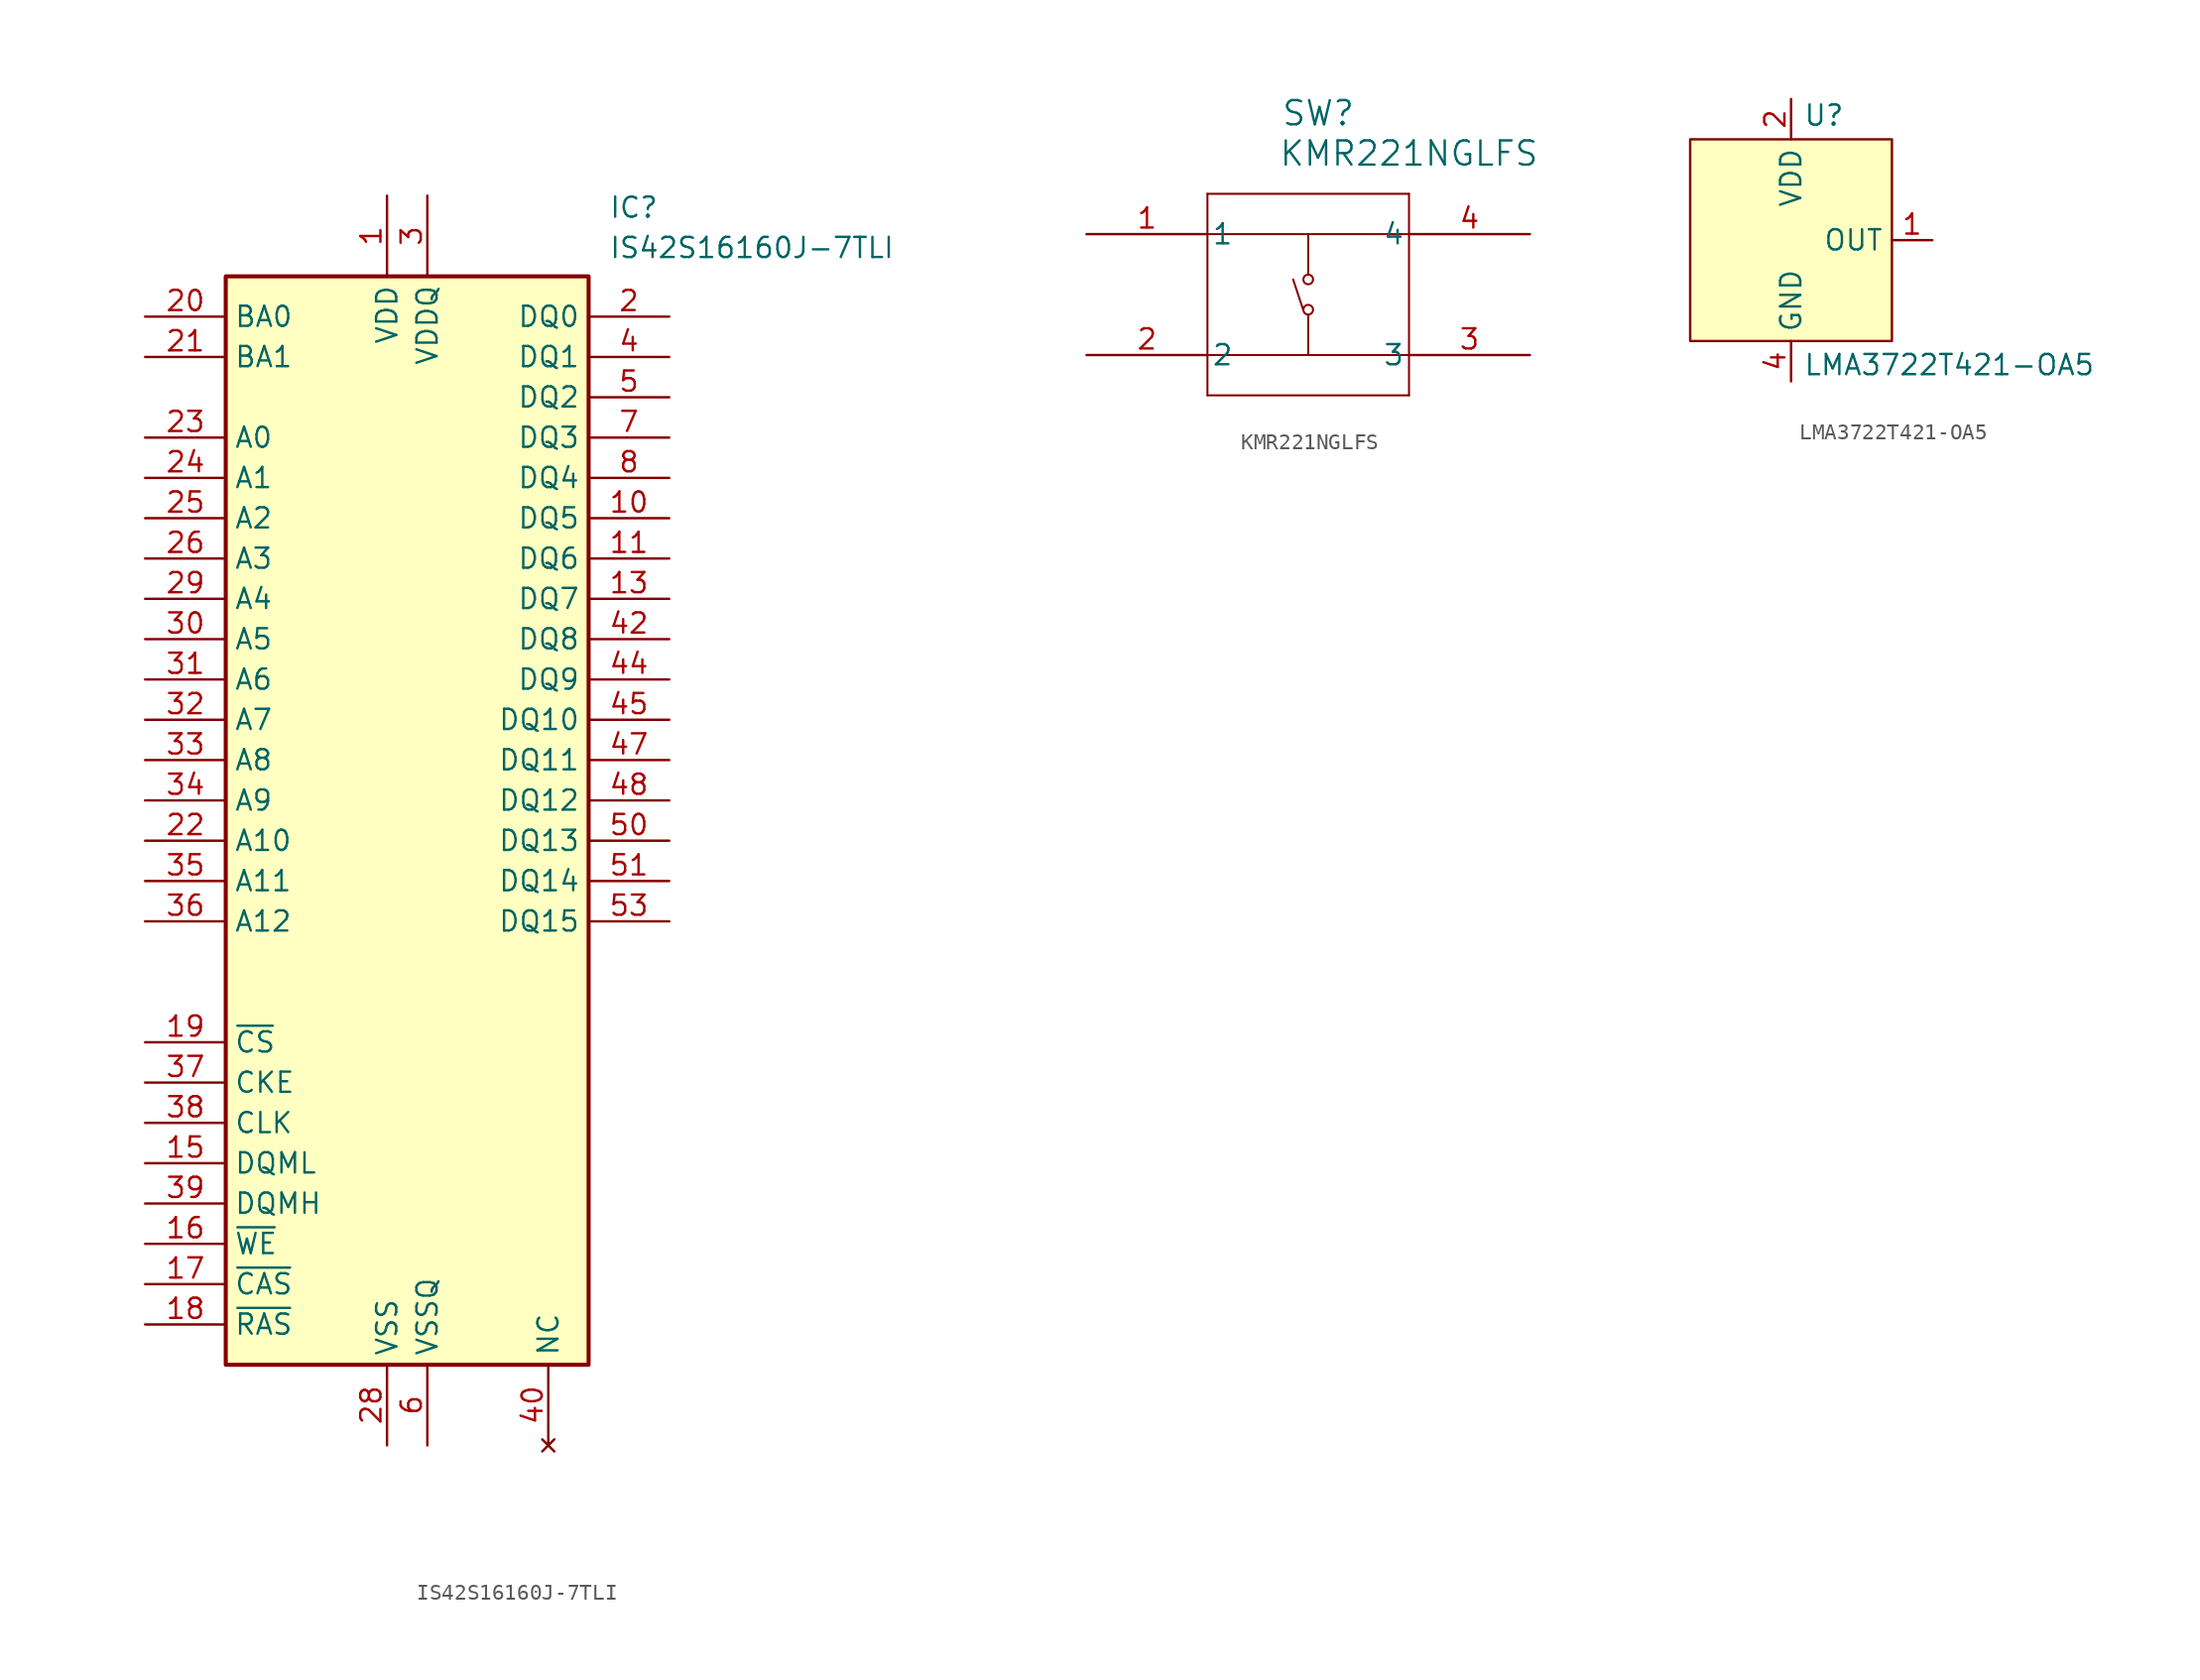
<source format=kicad_sym>
(kicad_symbol_lib
  (version 20241209)
  (generator "kicad_symbol_editor")
  (generator_version "9.0")
  (symbol "IS42S16160J-7TLI"
    (property "Reference" "IC"
      (at 12.7 39.37 0)
      (effects (font (size 1.27 1.27)) (justify left top)))
    (property "Value" "IS42S16160J-7TLI"
      (at 12.7 36.83 0)
      (effects (font (size 1.27 1.27)) (justify left top)))
    (symbol "IS42S16160J-7TLI_1_1"
      (rectangle (start -11.43 34.29) (end 11.43 -34.29) (stroke (width 0.254) (type default)) (fill (type background)))
      (pin passive line (at -16.51 31.75 0) (length 5.08) (name "BA0" (effects (font (size 1.27 1.27)))) (number "20" (effects (font (size 1.27 1.27)))))
      (pin passive line (at -16.51 29.21 0) (length 5.08) (name "BA1" (effects (font (size 1.27 1.27)))) (number "21" (effects (font (size 1.27 1.27)))))
      (pin passive line (at -16.51 24.13 0) (length 5.08) (name "A0" (effects (font (size 1.27 1.27)))) (number "23" (effects (font (size 1.27 1.27)))))
      (pin passive line (at -16.51 21.59 0) (length 5.08) (name "A1" (effects (font (size 1.27 1.27)))) (number "24" (effects (font (size 1.27 1.27)))))
      (pin passive line (at -16.51 19.05 0) (length 5.08) (name "A2" (effects (font (size 1.27 1.27)))) (number "25" (effects (font (size 1.27 1.27)))))
      (pin passive line (at -16.51 16.51 0) (length 5.08) (name "A3" (effects (font (size 1.27 1.27)))) (number "26" (effects (font (size 1.27 1.27)))))
      (pin passive line (at -16.51 13.97 0) (length 5.08) (name "A4" (effects (font (size 1.27 1.27)))) (number "29" (effects (font (size 1.27 1.27)))))
      (pin passive line (at -16.51 11.43 0) (length 5.08) (name "A5" (effects (font (size 1.27 1.27)))) (number "30" (effects (font (size 1.27 1.27)))))
      (pin passive line (at -16.51 8.89 0) (length 5.08) (name "A6" (effects (font (size 1.27 1.27)))) (number "31" (effects (font (size 1.27 1.27)))))
      (pin passive line (at -16.51 6.35 0) (length 5.08) (name "A7" (effects (font (size 1.27 1.27)))) (number "32" (effects (font (size 1.27 1.27)))))
      (pin passive line (at -16.51 3.81 0) (length 5.08) (name "A8" (effects (font (size 1.27 1.27)))) (number "33" (effects (font (size 1.27 1.27)))))
      (pin passive line (at -16.51 1.27 0) (length 5.08) (name "A9" (effects (font (size 1.27 1.27)))) (number "34" (effects (font (size 1.27 1.27)))))
      (pin passive line (at -16.51 -1.27 0) (length 5.08) (name "A10" (effects (font (size 1.27 1.27)))) (number "22" (effects (font (size 1.27 1.27)))))
      (pin passive line (at -16.51 -3.81 0) (length 5.08) (name "A11" (effects (font (size 1.27 1.27)))) (number "35" (effects (font (size 1.27 1.27)))))
      (pin passive line (at -16.51 -6.35 0) (length 5.08) (name "A12" (effects (font (size 1.27 1.27)))) (number "36" (effects (font (size 1.27 1.27)))))
      (pin passive line (at -16.51 -13.97 0) (length 5.08) (name "~{CS}" (effects (font (size 1.27 1.27)))) (number "19" (effects (font (size 1.27 1.27)))))
      (pin passive line (at -16.51 -16.51 0) (length 5.08) (name "CKE" (effects (font (size 1.27 1.27)))) (number "37" (effects (font (size 1.27 1.27)))))
      (pin passive line (at -16.51 -19.05 0) (length 5.08) (name "CLK" (effects (font (size 1.27 1.27)))) (number "38" (effects (font (size 1.27 1.27)))))
      (pin passive line (at -16.51 -21.59 0) (length 5.08) (name "DQML" (effects (font (size 1.27 1.27)))) (number "15" (effects (font (size 1.27 1.27)))))
      (pin passive line (at -16.51 -24.13 0) (length 5.08) (name "DQMH" (effects (font (size 1.27 1.27)))) (number "39" (effects (font (size 1.27 1.27)))))
      (pin passive line (at -16.51 -26.67 0) (length 5.08) (name "~{WE}" (effects (font (size 1.27 1.27)))) (number "16" (effects (font (size 1.27 1.27)))))
      (pin passive line (at -16.51 -29.21 0) (length 5.08) (name "~{CAS}" (effects (font (size 1.27 1.27)))) (number "17" (effects (font (size 1.27 1.27)))))
      (pin passive line (at -16.51 -31.75 0) (length 5.08) (name "~{RAS}" (effects (font (size 1.27 1.27)))) (number "18" (effects (font (size 1.27 1.27)))))
      (pin passive line (at -1.27 39.37 270) (length 5.08) (name "VDD" (effects (font (size 1.27 1.27)))) (number "1" (effects (font (size 1.27 1.27)))))
      (pin passive line (at -1.27 39.37 270) (length 5.08) (hide yes) (name "VDD" (effects (font (size 1.27 1.27)))) (number "14" (effects (font (size 1.27 1.27)))))
      (pin passive line (at -1.27 39.37 270) (length 5.08) (hide yes) (name "VDD" (effects (font (size 1.27 1.27)))) (number "27" (effects (font (size 1.27 1.27)))))
      (pin passive line (at -1.27 -39.37 90) (length 5.08) (name "VSS" (effects (font (size 1.27 1.27)))) (number "28" (effects (font (size 1.27 1.27)))))
      (pin passive line (at -1.27 -39.37 90) (length 5.08) (hide yes) (name "VSS" (effects (font (size 1.27 1.27)))) (number "41" (effects (font (size 1.27 1.27)))))
      (pin passive line (at -1.27 -39.37 90) (length 5.08) (hide yes) (name "VSS" (effects (font (size 1.27 1.27)))) (number "54" (effects (font (size 1.27 1.27)))))
      (pin passive line (at 1.27 39.37 270) (length 5.08) (name "VDDQ" (effects (font (size 1.27 1.27)))) (number "3" (effects (font (size 1.27 1.27)))))
      (pin passive line (at 1.27 39.37 270) (length 5.08) (hide yes) (name "VDDQ" (effects (font (size 1.27 1.27)))) (number "43" (effects (font (size 1.27 1.27)))))
      (pin passive line (at 1.27 39.37 270) (length 5.08) (hide yes) (name "VDDQ" (effects (font (size 1.27 1.27)))) (number "49" (effects (font (size 1.27 1.27)))))
      (pin passive line (at 1.27 39.37 270) (length 5.08) (hide yes) (name "VDDQ" (effects (font (size 1.27 1.27)))) (number "9" (effects (font (size 1.27 1.27)))))
      (pin passive line (at 1.27 -39.37 90) (length 5.08) (hide yes) (name "VSSQ" (effects (font (size 1.27 1.27)))) (number "12" (effects (font (size 1.27 1.27)))))
      (pin passive line (at 1.27 -39.37 90) (length 5.08) (hide yes) (name "VSSQ" (effects (font (size 1.27 1.27)))) (number "46" (effects (font (size 1.27 1.27)))))
      (pin passive line (at 1.27 -39.37 90) (length 5.08) (hide yes) (name "VSSQ" (effects (font (size 1.27 1.27)))) (number "52" (effects (font (size 1.27 1.27)))))
      (pin passive line (at 1.27 -39.37 90) (length 5.08) (name "VSSQ" (effects (font (size 1.27 1.27)))) (number "6" (effects (font (size 1.27 1.27)))))
      (pin no_connect line (at 8.89 -39.37 90) (length 5.08) (name "NC" (effects (font (size 1.27 1.27)))) (number "40" (effects (font (size 1.27 1.27)))))
      (pin passive line (at 16.51 31.75 180) (length 5.08) (name "DQ0" (effects (font (size 1.27 1.27)))) (number "2" (effects (font (size 1.27 1.27)))))
      (pin passive line (at 16.51 29.21 180) (length 5.08) (name "DQ1" (effects (font (size 1.27 1.27)))) (number "4" (effects (font (size 1.27 1.27)))))
      (pin passive line (at 16.51 26.67 180) (length 5.08) (name "DQ2" (effects (font (size 1.27 1.27)))) (number "5" (effects (font (size 1.27 1.27)))))
      (pin passive line (at 16.51 24.13 180) (length 5.08) (name "DQ3" (effects (font (size 1.27 1.27)))) (number "7" (effects (font (size 1.27 1.27)))))
      (pin passive line (at 16.51 21.59 180) (length 5.08) (name "DQ4" (effects (font (size 1.27 1.27)))) (number "8" (effects (font (size 1.27 1.27)))))
      (pin passive line (at 16.51 19.05 180) (length 5.08) (name "DQ5" (effects (font (size 1.27 1.27)))) (number "10" (effects (font (size 1.27 1.27)))))
      (pin passive line (at 16.51 16.51 180) (length 5.08) (name "DQ6" (effects (font (size 1.27 1.27)))) (number "11" (effects (font (size 1.27 1.27)))))
      (pin passive line (at 16.51 13.97 180) (length 5.08) (name "DQ7" (effects (font (size 1.27 1.27)))) (number "13" (effects (font (size 1.27 1.27)))))
      (pin passive line (at 16.51 11.43 180) (length 5.08) (name "DQ8" (effects (font (size 1.27 1.27)))) (number "42" (effects (font (size 1.27 1.27)))))
      (pin passive line (at 16.51 8.89 180) (length 5.08) (name "DQ9" (effects (font (size 1.27 1.27)))) (number "44" (effects (font (size 1.27 1.27)))))
      (pin passive line (at 16.51 6.35 180) (length 5.08) (name "DQ10" (effects (font (size 1.27 1.27)))) (number "45" (effects (font (size 1.27 1.27)))))
      (pin passive line (at 16.51 3.81 180) (length 5.08) (name "DQ11" (effects (font (size 1.27 1.27)))) (number "47" (effects (font (size 1.27 1.27)))))
      (pin passive line (at 16.51 1.27 180) (length 5.08) (name "DQ12" (effects (font (size 1.27 1.27)))) (number "48" (effects (font (size 1.27 1.27)))))
      (pin passive line (at 16.51 -1.27 180) (length 5.08) (name "DQ13" (effects (font (size 1.27 1.27)))) (number "50" (effects (font (size 1.27 1.27)))))
      (pin passive line (at 16.51 -3.81 180) (length 5.08) (name "DQ14" (effects (font (size 1.27 1.27)))) (number "51" (effects (font (size 1.27 1.27)))))
      (pin passive line (at 16.51 -6.35 180) (length 5.08) (name "DQ15" (effects (font (size 1.27 1.27)))) (number "53" (effects (font (size 1.27 1.27)))))))
  (symbol "KMR221NGLFS"
    (pin_names
      (offset 0.254))
    (property "Reference" "SW"
      (at 14.605 7.62 0)
      (effects (font (size 1.524 1.524))))
    (property "Value" "KMR221NGLFS"
      (at 20.32 5.08 0)
      (effects (font (size 1.524 1.524))))
    (symbol "KMR221NGLFS_0_1"
      (polyline (pts (xy 7.62 2.54) (xy 7.62 -10.16)) (stroke (width 0.127) (type default)) (fill (type none)))
      (polyline (pts (xy 7.62 0) (xy 20.32 0)) (stroke (width 0.127) (type default)) (fill (type none)))
      (polyline (pts (xy 7.62 -7.62) (xy 20.32 -7.62)) (stroke (width 0.127) (type default)) (fill (type none)))
      (polyline (pts (xy 7.62 -10.16) (xy 20.32 -10.16)) (stroke (width 0.127) (type default)) (fill (type none)))
      (polyline (pts (xy 13.652 -4.763) (xy 13.018 -2.857)) (stroke (width 0.127) (type default)) (fill (type none)))
      (polyline (pts (xy 13.97 0) (xy 13.97 -2.54)) (stroke (width 0.127) (type default)) (fill (type none)))
      (circle (center 13.97 -2.857) (radius 0.305) (stroke (width 0.127) (type default)) (fill (type none)))
      (circle (center 13.97 -4.763) (radius 0.305) (stroke (width 0.127) (type default)) (fill (type none)))
      (polyline (pts (xy 13.97 -7.62) (xy 13.97 -5.08)) (stroke (width 0.127) (type default)) (fill (type none)))
      (polyline (pts (xy 20.32 2.54) (xy 7.62 2.54)) (stroke (width 0.127) (type default)) (fill (type none)))
      (polyline (pts (xy 20.32 -10.16) (xy 20.32 2.54)) (stroke (width 0.127) (type default)) (fill (type none)))
      (pin unspecified line (at 0 0 0) (length 7.62) (name "1" (effects (font (size 1.27 1.27)))) (number "1" (effects (font (size 1.27 1.27)))))
      (pin unspecified line (at 0 -7.62 0) (length 7.62) (name "2" (effects (font (size 1.27 1.27)))) (number "2" (effects (font (size 1.27 1.27)))))
      (pin unspecified line (at 27.94 0 180) (length 7.62) (name "4" (effects (font (size 1.27 1.27)))) (number "4" (effects (font (size 1.27 1.27)))))
      (pin unspecified line (at 27.94 -7.62 180) (length 7.62) (name "3" (effects (font (size 1.27 1.27)))) (number "3" (effects (font (size 1.27 1.27)))))))
  (symbol "LMA3722T421-OA5"
    (property "Reference" "U"
      (at 0.762 7.112 0)
      (effects (font (size 1.27 1.27)) (justify left bottom)))
    (property "Value" "LMA3722T421-OA5"
      (at 0.762 -7.112 0)
      (effects (font (size 1.27 1.27)) (justify left top)))
    (symbol "LMA3722T421-OA5_1_1"
      (rectangle (start -6.35 6.35) (end 6.35 -6.35) (stroke (width 0) (type solid)) (fill (type background)))
      (pin power_in line (at 0 8.89 270) (length 2.54) (name "VDD" (effects (font (size 1.27 1.27)))) (number "2" (effects (font (size 1.27 1.27)))))
      (pin power_in line (at 0 -8.89 90) (length 2.54) (hide yes) (name "GND" (effects (font (size 1.27 1.27)))) (number "3" (effects (font (size 1.27 1.27)))))
      (pin power_in line (at 0 -8.89 90) (length 2.54) (name "GND" (effects (font (size 1.27 1.27)))) (number "4" (effects (font (size 1.27 1.27)))))
      (pin output line (at 8.89 0 180) (length 2.54) (name "OUT" (effects (font (size 1.27 1.27)))) (number "1" (effects (font (size 1.27 1.27))))))))
</source>
